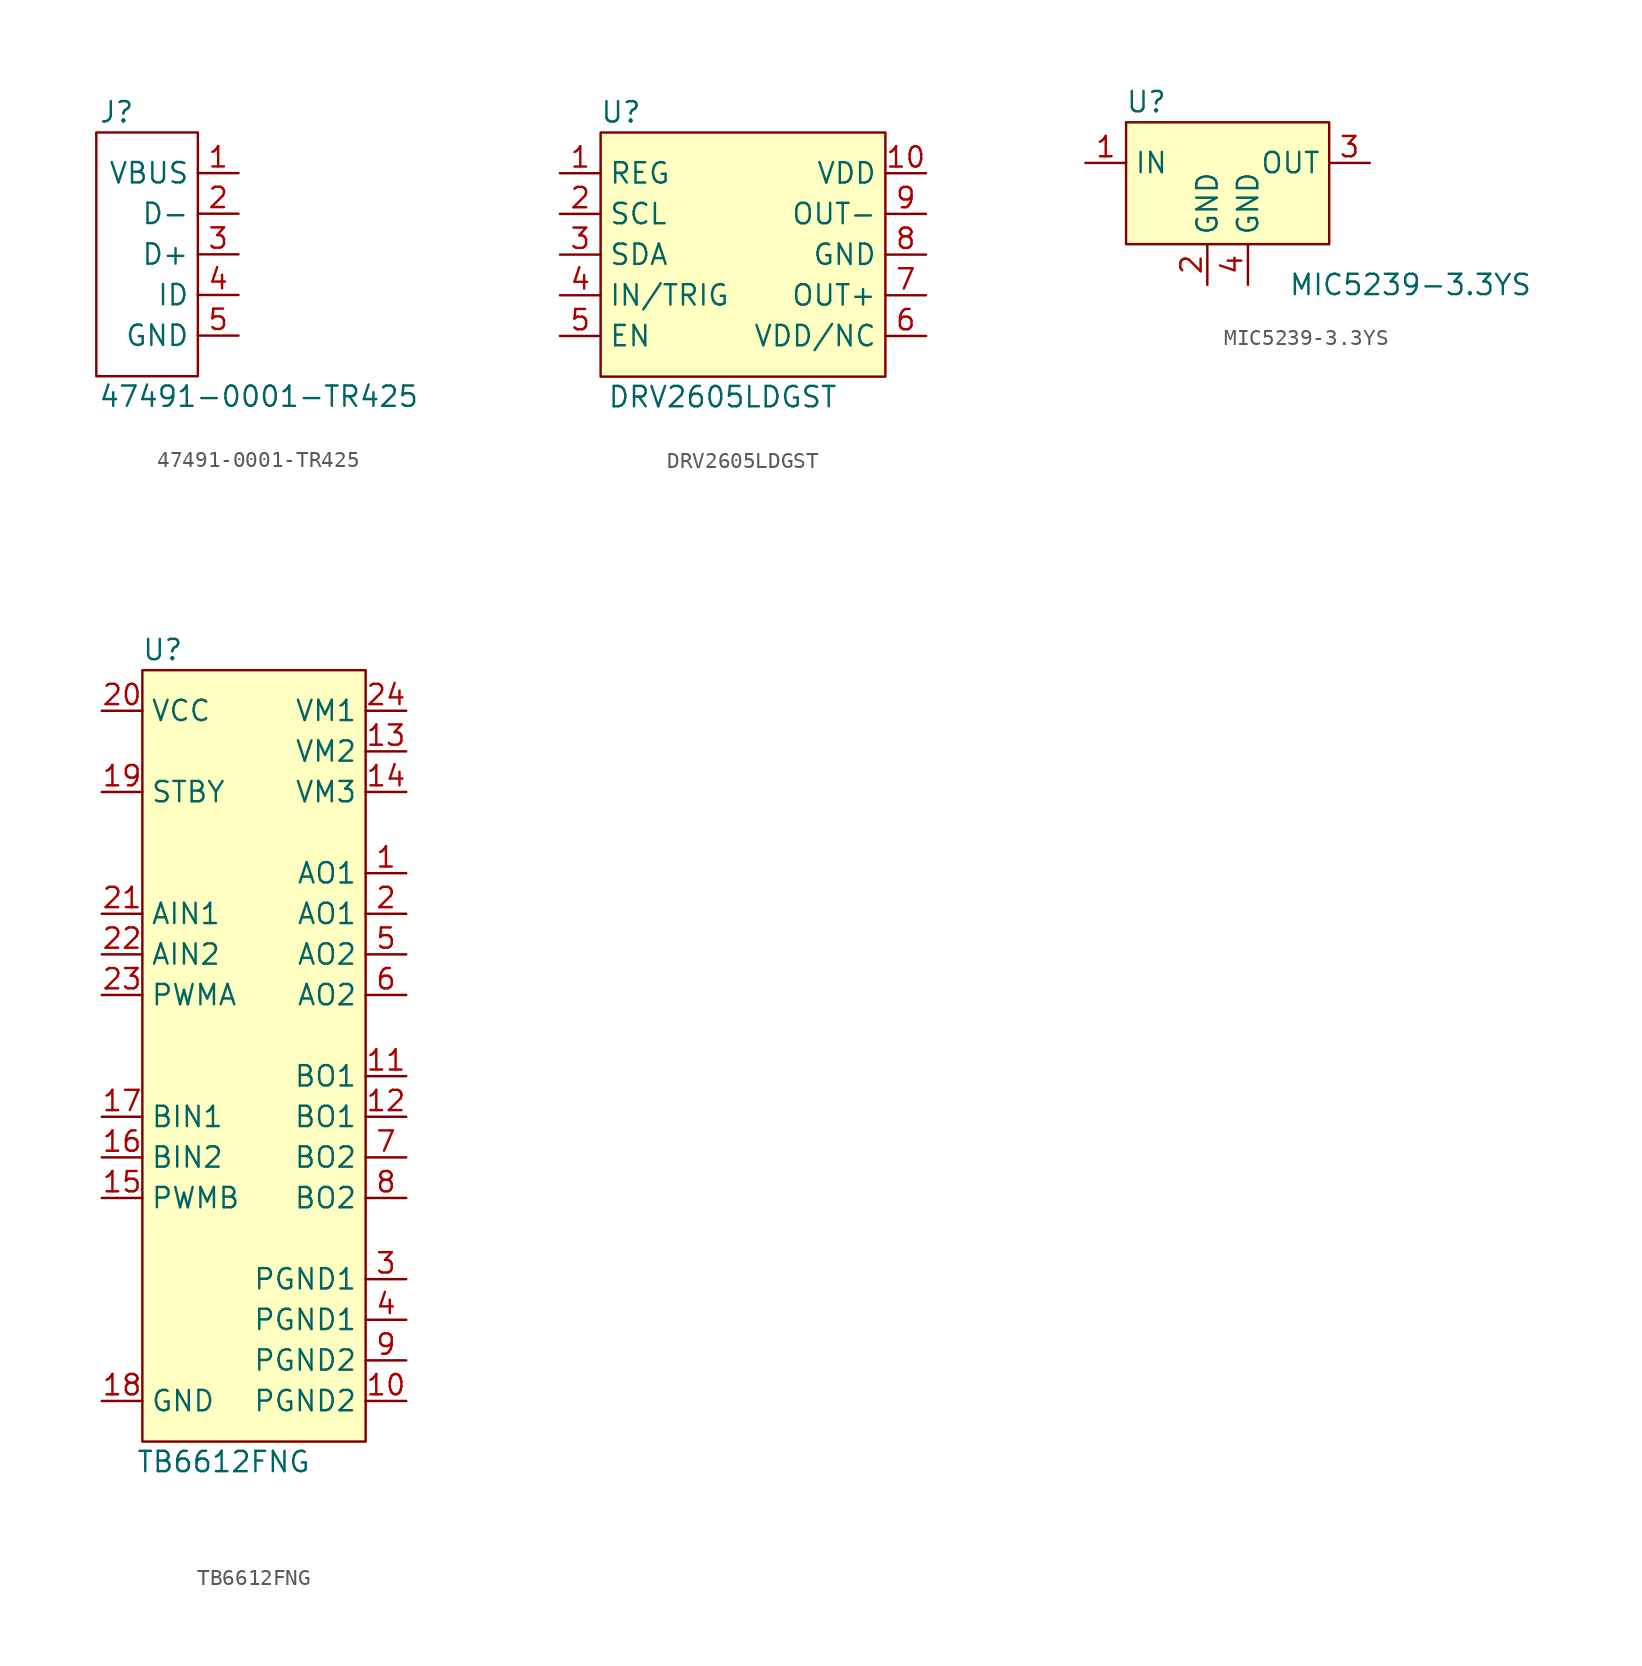
<source format=kicad_sym>
(kicad_symbol_lib
  (version 20211014)
  (generator kicad_symbol_editor)
  (symbol "47491-0001-TR425"
    (property "Reference" "J"
      (at -5.08 3.81 0)
      (effects (font (size 1.27 1.27))))
    (property "Value" "47491-0001-TR425"
      (at 3.81 -13.97 0)
      (effects (font (size 1.27 1.27))))
    (symbol "47491-0001-TR425_0_1"
      (rectangle (start 0 2.54) (end -6.35 -12.7) (stroke (width 0) (type default) (color 0 0 0 0)) (fill (type none))))
    (symbol "47491-0001-TR425_1_1"
      (pin input line (at 2.54 0 180) (length 2.54) (name "VBUS" (effects (font (size 1.27 1.27)))) (number "1" (effects (font (size 1.27 1.27)))))
      (pin input line (at 2.54 -2.54 180) (length 2.54) (name "D-" (effects (font (size 1.27 1.27)))) (number "2" (effects (font (size 1.27 1.27)))))
      (pin input line (at 2.54 -5.08 180) (length 2.54) (name "D+" (effects (font (size 1.27 1.27)))) (number "3" (effects (font (size 1.27 1.27)))))
      (pin input line (at 2.54 -7.62 180) (length 2.54) (name "ID" (effects (font (size 1.27 1.27)))) (number "4" (effects (font (size 1.27 1.27)))))
      (pin input line (at 2.54 -10.16 180) (length 2.54) (name "GND" (effects (font (size 1.27 1.27)))) (number "5" (effects (font (size 1.27 1.27)))))))
  (symbol "DRV2605LDGST"
    (property "Reference" "U"
      (at 3.81 3.81 0)
      (effects (font (size 1.27 1.27))))
    (property "Value" "DRV2605LDGST"
      (at 10.16 -13.97 0)
      (effects (font (size 1.27 1.27))))
    (symbol "DRV2605LDGST_0_1"
      (rectangle (start 2.54 2.54) (end 20.32 -12.7) (stroke (width 0) (type default) (color 0 0 0 0)) (fill (type background))))
    (symbol "DRV2605LDGST_1_1"
      (pin input line (at 0 0 0) (length 2.54) (name "REG" (effects (font (size 1.27 1.27)))) (number "1" (effects (font (size 1.27 1.27)))))
      (pin input line (at 22.86 0 180) (length 2.54) (name "VDD" (effects (font (size 1.27 1.27)))) (number "10" (effects (font (size 1.27 1.27)))))
      (pin input line (at 0 -2.54 0) (length 2.54) (name "SCL" (effects (font (size 1.27 1.27)))) (number "2" (effects (font (size 1.27 1.27)))))
      (pin input line (at 0 -5.08 0) (length 2.54) (name "SDA" (effects (font (size 1.27 1.27)))) (number "3" (effects (font (size 1.27 1.27)))))
      (pin input line (at 0 -7.62 0) (length 2.54) (name "IN/TRIG" (effects (font (size 1.27 1.27)))) (number "4" (effects (font (size 1.27 1.27)))))
      (pin input line (at 0 -10.16 0) (length 2.54) (name "EN" (effects (font (size 1.27 1.27)))) (number "5" (effects (font (size 1.27 1.27)))))
      (pin input line (at 22.86 -10.16 180) (length 2.54) (name "VDD/NC" (effects (font (size 1.27 1.27)))) (number "6" (effects (font (size 1.27 1.27)))))
      (pin input line (at 22.86 -7.62 180) (length 2.54) (name "OUT+" (effects (font (size 1.27 1.27)))) (number "7" (effects (font (size 1.27 1.27)))))
      (pin input line (at 22.86 -5.08 180) (length 2.54) (name "GND" (effects (font (size 1.27 1.27)))) (number "8" (effects (font (size 1.27 1.27)))))
      (pin input line (at 22.86 -2.54 180) (length 2.54) (name "OUT-" (effects (font (size 1.27 1.27)))) (number "9" (effects (font (size 1.27 1.27)))))))
  (symbol "MIC5239-3.3YS"
    (property "Reference" "U"
      (at 3.81 3.81 0)
      (effects (font (size 1.27 1.27))))
    (property "Value" "MIC5239-3.3YS"
      (at 20.32 -7.62 0)
      (effects (font (size 1.27 1.27))))
    (symbol "MIC5239-3.3YS_0_1"
      (rectangle (start 2.54 2.54) (end 15.24 -5.08) (stroke (width 0) (type default) (color 0 0 0 0)) (fill (type background))))
    (symbol "MIC5239-3.3YS_1_1"
      (pin power_in line (at 0 0 0) (length 2.54) (name "IN" (effects (font (size 1.27 1.27)))) (number "1" (effects (font (size 1.27 1.27)))))
      (pin power_in line (at 7.62 -7.62 90) (length 2.54) (name "GND" (effects (font (size 1.27 1.27)))) (number "2" (effects (font (size 1.27 1.27)))))
      (pin power_out line (at 17.78 0 180) (length 2.54) (name "OUT" (effects (font (size 1.27 1.27)))) (number "3" (effects (font (size 1.27 1.27)))))
      (pin power_in line (at 10.16 -7.62 90) (length 2.54) (name "GND" (effects (font (size 1.27 1.27)))) (number "4" (effects (font (size 1.27 1.27)))))))
  (symbol "TB6612FNG"
    (property "Reference" "U"
      (at 3.81 3.81 0)
      (effects (font (size 1.27 1.27))))
    (property "Value" "TB6612FNG"
      (at 7.62 -46.99 0)
      (effects (font (size 1.27 1.27))))
    (symbol "TB6612FNG_0_1"
      (rectangle (start 2.54 2.54) (end 16.51 -45.72) (stroke (width 0) (type default) (color 0 0 0 0)) (fill (type background))))
    (symbol "TB6612FNG_1_1"
      (pin input line (at 19.05 -10.16 180) (length 2.54) (name "AO1" (effects (font (size 1.27 1.27)))) (number "1" (effects (font (size 1.27 1.27)))))
      (pin power_in line (at 19.05 -43.18 180) (length 2.54) (name "PGND2" (effects (font (size 1.27 1.27)))) (number "10" (effects (font (size 1.27 1.27)))))
      (pin input line (at 19.05 -22.86 180) (length 2.54) (name "BO1" (effects (font (size 1.27 1.27)))) (number "11" (effects (font (size 1.27 1.27)))))
      (pin input line (at 19.05 -25.4 180) (length 2.54) (name "BO1" (effects (font (size 1.27 1.27)))) (number "12" (effects (font (size 1.27 1.27)))))
      (pin power_in line (at 19.05 -2.54 180) (length 2.54) (name "VM2" (effects (font (size 1.27 1.27)))) (number "13" (effects (font (size 1.27 1.27)))))
      (pin power_in line (at 19.05 -5.08 180) (length 2.54) (name "VM3" (effects (font (size 1.27 1.27)))) (number "14" (effects (font (size 1.27 1.27)))))
      (pin input line (at 0 -30.48 0) (length 2.54) (name "PWMB" (effects (font (size 1.27 1.27)))) (number "15" (effects (font (size 1.27 1.27)))))
      (pin input line (at 0 -27.94 0) (length 2.54) (name "BIN2" (effects (font (size 1.27 1.27)))) (number "16" (effects (font (size 1.27 1.27)))))
      (pin input line (at 0 -25.4 0) (length 2.54) (name "BIN1" (effects (font (size 1.27 1.27)))) (number "17" (effects (font (size 1.27 1.27)))))
      (pin power_in line (at 0 -43.18 0) (length 2.54) (name "GND" (effects (font (size 1.27 1.27)))) (number "18" (effects (font (size 1.27 1.27)))))
      (pin input line (at 0 -5.08 0) (length 2.54) (name "STBY" (effects (font (size 1.27 1.27)))) (number "19" (effects (font (size 1.27 1.27)))))
      (pin input line (at 19.05 -12.7 180) (length 2.54) (name "AO1" (effects (font (size 1.27 1.27)))) (number "2" (effects (font (size 1.27 1.27)))))
      (pin power_in line (at 0 0 0) (length 2.54) (name "VCC" (effects (font (size 1.27 1.27)))) (number "20" (effects (font (size 1.27 1.27)))))
      (pin input line (at 0 -12.7 0) (length 2.54) (name "AIN1" (effects (font (size 1.27 1.27)))) (number "21" (effects (font (size 1.27 1.27)))))
      (pin input line (at 0 -15.24 0) (length 2.54) (name "AIN2" (effects (font (size 1.27 1.27)))) (number "22" (effects (font (size 1.27 1.27)))))
      (pin input line (at 0 -17.78 0) (length 2.54) (name "PWMA" (effects (font (size 1.27 1.27)))) (number "23" (effects (font (size 1.27 1.27)))))
      (pin power_in line (at 19.05 0 180) (length 2.54) (name "VM1" (effects (font (size 1.27 1.27)))) (number "24" (effects (font (size 1.27 1.27)))))
      (pin power_in line (at 19.05 -35.56 180) (length 2.54) (name "PGND1" (effects (font (size 1.27 1.27)))) (number "3" (effects (font (size 1.27 1.27)))))
      (pin power_in line (at 19.05 -38.1 180) (length 2.54) (name "PGND1" (effects (font (size 1.27 1.27)))) (number "4" (effects (font (size 1.27 1.27)))))
      (pin input line (at 19.05 -15.24 180) (length 2.54) (name "AO2" (effects (font (size 1.27 1.27)))) (number "5" (effects (font (size 1.27 1.27)))))
      (pin input line (at 19.05 -17.78 180) (length 2.54) (name "AO2" (effects (font (size 1.27 1.27)))) (number "6" (effects (font (size 1.27 1.27)))))
      (pin input line (at 19.05 -27.94 180) (length 2.54) (name "BO2" (effects (font (size 1.27 1.27)))) (number "7" (effects (font (size 1.27 1.27)))))
      (pin input line (at 19.05 -30.48 180) (length 2.54) (name "BO2" (effects (font (size 1.27 1.27)))) (number "8" (effects (font (size 1.27 1.27)))))
      (pin power_in line (at 19.05 -40.64 180) (length 2.54) (name "PGND2" (effects (font (size 1.27 1.27)))) (number "9" (effects (font (size 1.27 1.27))))))))
</source>
